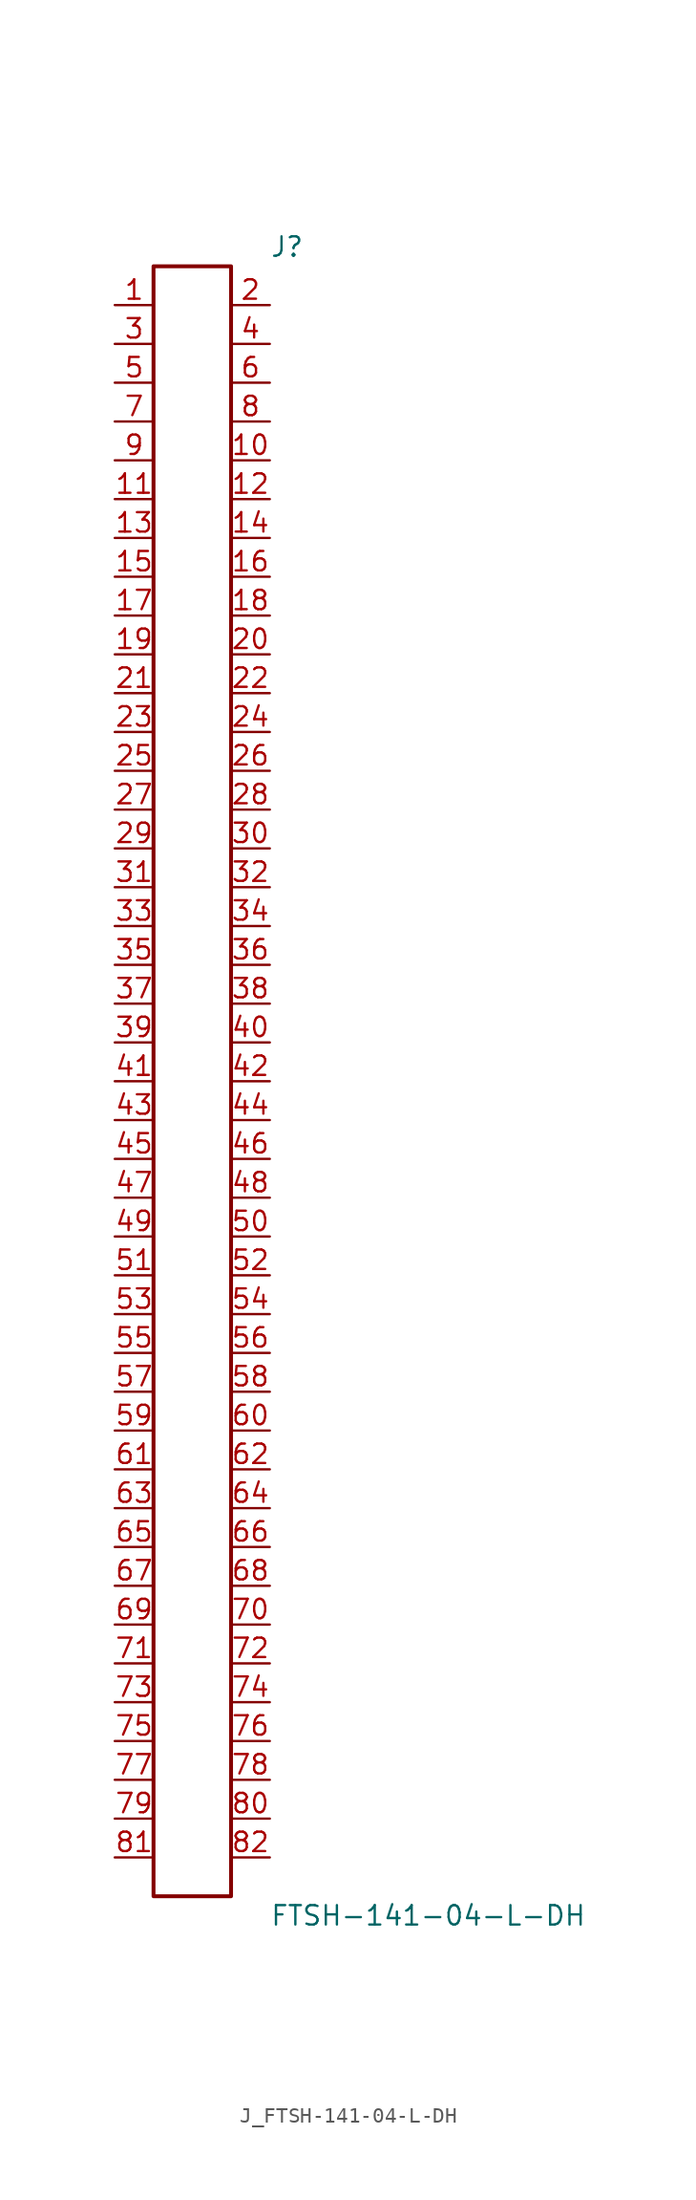
<source format=kicad_sym>
(kicad_symbol_lib
  (version 20231120)
  (generator kicad_symbol_editor)
  (generator_version 8.0)
  (symbol "J_FTSH-141-04-L-DH"
    (pin_names
      (offset 0.254))
    (property "Reference" "J"
      (at 5.08 54.61 0)
      (effects (font (size 1.27 1.27)) (justify left)))
    (property "Value" "FTSH-141-04-L-DH"
      (at 5.08 -54.61 0)
      (effects (font (size 1.27 1.27)) (justify left)))
    (symbol "J_FTSH-141-04-L-DH_0_0"
      (pin unspecified line (at -5.08 50.8 0) (length 2.54) (name "" (effects (font (size 1.27 1.27)))) (number "1" (effects (font (size 1.27 1.27)))))
      (pin unspecified line (at 5.08 50.8 180) (length 2.54) (name "" (effects (font (size 1.27 1.27)))) (number "2" (effects (font (size 1.27 1.27)))))
      (pin unspecified line (at -5.08 48.26 0) (length 2.54) (name "" (effects (font (size 1.27 1.27)))) (number "3" (effects (font (size 1.27 1.27)))))
      (pin unspecified line (at 5.08 48.26 180) (length 2.54) (name "" (effects (font (size 1.27 1.27)))) (number "4" (effects (font (size 1.27 1.27)))))
      (pin unspecified line (at -5.08 45.72 0) (length 2.54) (name "" (effects (font (size 1.27 1.27)))) (number "5" (effects (font (size 1.27 1.27)))))
      (pin unspecified line (at 5.08 45.72 180) (length 2.54) (name "" (effects (font (size 1.27 1.27)))) (number "6" (effects (font (size 1.27 1.27)))))
      (pin unspecified line (at -5.08 43.18 0) (length 2.54) (name "" (effects (font (size 1.27 1.27)))) (number "7" (effects (font (size 1.27 1.27)))))
      (pin unspecified line (at 5.08 43.18 180) (length 2.54) (name "" (effects (font (size 1.27 1.27)))) (number "8" (effects (font (size 1.27 1.27)))))
      (pin unspecified line (at -5.08 40.64 0) (length 2.54) (name "" (effects (font (size 1.27 1.27)))) (number "9" (effects (font (size 1.27 1.27)))))
      (pin unspecified line (at 5.08 40.64 180) (length 2.54) (name "" (effects (font (size 1.27 1.27)))) (number "10" (effects (font (size 1.27 1.27)))))
      (pin unspecified line (at -5.08 38.1 0) (length 2.54) (name "" (effects (font (size 1.27 1.27)))) (number "11" (effects (font (size 1.27 1.27)))))
      (pin unspecified line (at 5.08 38.1 180) (length 2.54) (name "" (effects (font (size 1.27 1.27)))) (number "12" (effects (font (size 1.27 1.27)))))
      (pin unspecified line (at -5.08 35.56 0) (length 2.54) (name "" (effects (font (size 1.27 1.27)))) (number "13" (effects (font (size 1.27 1.27)))))
      (pin unspecified line (at 5.08 35.56 180) (length 2.54) (name "" (effects (font (size 1.27 1.27)))) (number "14" (effects (font (size 1.27 1.27)))))
      (pin unspecified line (at -5.08 33.02 0) (length 2.54) (name "" (effects (font (size 1.27 1.27)))) (number "15" (effects (font (size 1.27 1.27)))))
      (pin unspecified line (at 5.08 33.02 180) (length 2.54) (name "" (effects (font (size 1.27 1.27)))) (number "16" (effects (font (size 1.27 1.27)))))
      (pin unspecified line (at -5.08 30.48 0) (length 2.54) (name "" (effects (font (size 1.27 1.27)))) (number "17" (effects (font (size 1.27 1.27)))))
      (pin unspecified line (at 5.08 30.48 180) (length 2.54) (name "" (effects (font (size 1.27 1.27)))) (number "18" (effects (font (size 1.27 1.27)))))
      (pin unspecified line (at -5.08 27.94 0) (length 2.54) (name "" (effects (font (size 1.27 1.27)))) (number "19" (effects (font (size 1.27 1.27)))))
      (pin unspecified line (at 5.08 27.94 180) (length 2.54) (name "" (effects (font (size 1.27 1.27)))) (number "20" (effects (font (size 1.27 1.27)))))
      (pin unspecified line (at -5.08 25.4 0) (length 2.54) (name "" (effects (font (size 1.27 1.27)))) (number "21" (effects (font (size 1.27 1.27)))))
      (pin unspecified line (at 5.08 25.4 180) (length 2.54) (name "" (effects (font (size 1.27 1.27)))) (number "22" (effects (font (size 1.27 1.27)))))
      (pin unspecified line (at -5.08 22.86 0) (length 2.54) (name "" (effects (font (size 1.27 1.27)))) (number "23" (effects (font (size 1.27 1.27)))))
      (pin unspecified line (at 5.08 22.86 180) (length 2.54) (name "" (effects (font (size 1.27 1.27)))) (number "24" (effects (font (size 1.27 1.27)))))
      (pin unspecified line (at -5.08 20.32 0) (length 2.54) (name "" (effects (font (size 1.27 1.27)))) (number "25" (effects (font (size 1.27 1.27)))))
      (pin unspecified line (at 5.08 20.32 180) (length 2.54) (name "" (effects (font (size 1.27 1.27)))) (number "26" (effects (font (size 1.27 1.27)))))
      (pin unspecified line (at -5.08 17.78 0) (length 2.54) (name "" (effects (font (size 1.27 1.27)))) (number "27" (effects (font (size 1.27 1.27)))))
      (pin unspecified line (at 5.08 17.78 180) (length 2.54) (name "" (effects (font (size 1.27 1.27)))) (number "28" (effects (font (size 1.27 1.27)))))
      (pin unspecified line (at -5.08 15.24 0) (length 2.54) (name "" (effects (font (size 1.27 1.27)))) (number "29" (effects (font (size 1.27 1.27)))))
      (pin unspecified line (at 5.08 15.24 180) (length 2.54) (name "" (effects (font (size 1.27 1.27)))) (number "30" (effects (font (size 1.27 1.27)))))
      (pin unspecified line (at -5.08 12.7 0) (length 2.54) (name "" (effects (font (size 1.27 1.27)))) (number "31" (effects (font (size 1.27 1.27)))))
      (pin unspecified line (at 5.08 12.7 180) (length 2.54) (name "" (effects (font (size 1.27 1.27)))) (number "32" (effects (font (size 1.27 1.27)))))
      (pin unspecified line (at -5.08 10.16 0) (length 2.54) (name "" (effects (font (size 1.27 1.27)))) (number "33" (effects (font (size 1.27 1.27)))))
      (pin unspecified line (at 5.08 10.16 180) (length 2.54) (name "" (effects (font (size 1.27 1.27)))) (number "34" (effects (font (size 1.27 1.27)))))
      (pin unspecified line (at -5.08 7.62 0) (length 2.54) (name "" (effects (font (size 1.27 1.27)))) (number "35" (effects (font (size 1.27 1.27)))))
      (pin unspecified line (at 5.08 7.62 180) (length 2.54) (name "" (effects (font (size 1.27 1.27)))) (number "36" (effects (font (size 1.27 1.27)))))
      (pin unspecified line (at -5.08 5.08 0) (length 2.54) (name "" (effects (font (size 1.27 1.27)))) (number "37" (effects (font (size 1.27 1.27)))))
      (pin unspecified line (at 5.08 5.08 180) (length 2.54) (name "" (effects (font (size 1.27 1.27)))) (number "38" (effects (font (size 1.27 1.27)))))
      (pin unspecified line (at -5.08 2.54 0) (length 2.54) (name "" (effects (font (size 1.27 1.27)))) (number "39" (effects (font (size 1.27 1.27)))))
      (pin unspecified line (at 5.08 2.54 180) (length 2.54) (name "" (effects (font (size 1.27 1.27)))) (number "40" (effects (font (size 1.27 1.27)))))
      (pin unspecified line (at -5.08 0.0 0) (length 2.54) (name "" (effects (font (size 1.27 1.27)))) (number "41" (effects (font (size 1.27 1.27)))))
      (pin unspecified line (at 5.08 0.0 180) (length 2.54) (name "" (effects (font (size 1.27 1.27)))) (number "42" (effects (font (size 1.27 1.27)))))
      (pin unspecified line (at -5.08 -2.54 0) (length 2.54) (name "" (effects (font (size 1.27 1.27)))) (number "43" (effects (font (size 1.27 1.27)))))
      (pin unspecified line (at 5.08 -2.54 180) (length 2.54) (name "" (effects (font (size 1.27 1.27)))) (number "44" (effects (font (size 1.27 1.27)))))
      (pin unspecified line (at -5.08 -5.08 0) (length 2.54) (name "" (effects (font (size 1.27 1.27)))) (number "45" (effects (font (size 1.27 1.27)))))
      (pin unspecified line (at 5.08 -5.08 180) (length 2.54) (name "" (effects (font (size 1.27 1.27)))) (number "46" (effects (font (size 1.27 1.27)))))
      (pin unspecified line (at -5.08 -7.62 0) (length 2.54) (name "" (effects (font (size 1.27 1.27)))) (number "47" (effects (font (size 1.27 1.27)))))
      (pin unspecified line (at 5.08 -7.62 180) (length 2.54) (name "" (effects (font (size 1.27 1.27)))) (number "48" (effects (font (size 1.27 1.27)))))
      (pin unspecified line (at -5.08 -10.16 0) (length 2.54) (name "" (effects (font (size 1.27 1.27)))) (number "49" (effects (font (size 1.27 1.27)))))
      (pin unspecified line (at 5.08 -10.16 180) (length 2.54) (name "" (effects (font (size 1.27 1.27)))) (number "50" (effects (font (size 1.27 1.27)))))
      (pin unspecified line (at -5.08 -12.7 0) (length 2.54) (name "" (effects (font (size 1.27 1.27)))) (number "51" (effects (font (size 1.27 1.27)))))
      (pin unspecified line (at 5.08 -12.7 180) (length 2.54) (name "" (effects (font (size 1.27 1.27)))) (number "52" (effects (font (size 1.27 1.27)))))
      (pin unspecified line (at -5.08 -15.24 0) (length 2.54) (name "" (effects (font (size 1.27 1.27)))) (number "53" (effects (font (size 1.27 1.27)))))
      (pin unspecified line (at 5.08 -15.24 180) (length 2.54) (name "" (effects (font (size 1.27 1.27)))) (number "54" (effects (font (size 1.27 1.27)))))
      (pin unspecified line (at -5.08 -17.78 0) (length 2.54) (name "" (effects (font (size 1.27 1.27)))) (number "55" (effects (font (size 1.27 1.27)))))
      (pin unspecified line (at 5.08 -17.78 180) (length 2.54) (name "" (effects (font (size 1.27 1.27)))) (number "56" (effects (font (size 1.27 1.27)))))
      (pin unspecified line (at -5.08 -20.32 0) (length 2.54) (name "" (effects (font (size 1.27 1.27)))) (number "57" (effects (font (size 1.27 1.27)))))
      (pin unspecified line (at 5.08 -20.32 180) (length 2.54) (name "" (effects (font (size 1.27 1.27)))) (number "58" (effects (font (size 1.27 1.27)))))
      (pin unspecified line (at -5.08 -22.86 0) (length 2.54) (name "" (effects (font (size 1.27 1.27)))) (number "59" (effects (font (size 1.27 1.27)))))
      (pin unspecified line (at 5.08 -22.86 180) (length 2.54) (name "" (effects (font (size 1.27 1.27)))) (number "60" (effects (font (size 1.27 1.27)))))
      (pin unspecified line (at -5.08 -25.4 0) (length 2.54) (name "" (effects (font (size 1.27 1.27)))) (number "61" (effects (font (size 1.27 1.27)))))
      (pin unspecified line (at 5.08 -25.4 180) (length 2.54) (name "" (effects (font (size 1.27 1.27)))) (number "62" (effects (font (size 1.27 1.27)))))
      (pin unspecified line (at -5.08 -27.94 0) (length 2.54) (name "" (effects (font (size 1.27 1.27)))) (number "63" (effects (font (size 1.27 1.27)))))
      (pin unspecified line (at 5.08 -27.94 180) (length 2.54) (name "" (effects (font (size 1.27 1.27)))) (number "64" (effects (font (size 1.27 1.27)))))
      (pin unspecified line (at -5.08 -30.48 0) (length 2.54) (name "" (effects (font (size 1.27 1.27)))) (number "65" (effects (font (size 1.27 1.27)))))
      (pin unspecified line (at 5.08 -30.48 180) (length 2.54) (name "" (effects (font (size 1.27 1.27)))) (number "66" (effects (font (size 1.27 1.27)))))
      (pin unspecified line (at -5.08 -33.02 0) (length 2.54) (name "" (effects (font (size 1.27 1.27)))) (number "67" (effects (font (size 1.27 1.27)))))
      (pin unspecified line (at 5.08 -33.02 180) (length 2.54) (name "" (effects (font (size 1.27 1.27)))) (number "68" (effects (font (size 1.27 1.27)))))
      (pin unspecified line (at -5.08 -35.56 0) (length 2.54) (name "" (effects (font (size 1.27 1.27)))) (number "69" (effects (font (size 1.27 1.27)))))
      (pin unspecified line (at 5.08 -35.56 180) (length 2.54) (name "" (effects (font (size 1.27 1.27)))) (number "70" (effects (font (size 1.27 1.27)))))
      (pin unspecified line (at -5.08 -38.1 0) (length 2.54) (name "" (effects (font (size 1.27 1.27)))) (number "71" (effects (font (size 1.27 1.27)))))
      (pin unspecified line (at 5.08 -38.1 180) (length 2.54) (name "" (effects (font (size 1.27 1.27)))) (number "72" (effects (font (size 1.27 1.27)))))
      (pin unspecified line (at -5.08 -40.64 0) (length 2.54) (name "" (effects (font (size 1.27 1.27)))) (number "73" (effects (font (size 1.27 1.27)))))
      (pin unspecified line (at 5.08 -40.64 180) (length 2.54) (name "" (effects (font (size 1.27 1.27)))) (number "74" (effects (font (size 1.27 1.27)))))
      (pin unspecified line (at -5.08 -43.18 0) (length 2.54) (name "" (effects (font (size 1.27 1.27)))) (number "75" (effects (font (size 1.27 1.27)))))
      (pin unspecified line (at 5.08 -43.18 180) (length 2.54) (name "" (effects (font (size 1.27 1.27)))) (number "76" (effects (font (size 1.27 1.27)))))
      (pin unspecified line (at -5.08 -45.72 0) (length 2.54) (name "" (effects (font (size 1.27 1.27)))) (number "77" (effects (font (size 1.27 1.27)))))
      (pin unspecified line (at 5.08 -45.72 180) (length 2.54) (name "" (effects (font (size 1.27 1.27)))) (number "78" (effects (font (size 1.27 1.27)))))
      (pin unspecified line (at -5.08 -48.26 0) (length 2.54) (name "" (effects (font (size 1.27 1.27)))) (number "79" (effects (font (size 1.27 1.27)))))
      (pin unspecified line (at 5.08 -48.26 180) (length 2.54) (name "" (effects (font (size 1.27 1.27)))) (number "80" (effects (font (size 1.27 1.27)))))
      (pin unspecified line (at -5.08 -50.8 0) (length 2.54) (name "" (effects (font (size 1.27 1.27)))) (number "81" (effects (font (size 1.27 1.27)))))
      (pin unspecified line (at 5.08 -50.8 180) (length 2.54) (name "" (effects (font (size 1.27 1.27)))) (number "82" (effects (font (size 1.27 1.27))))))
    (symbol "J_FTSH-141-04-L-DH_1_0"
      (rectangle (start -2.54 53.34) (end 2.54 -53.34) (stroke (width 0.254) (type solid)) (fill (type none))))))
</source>
